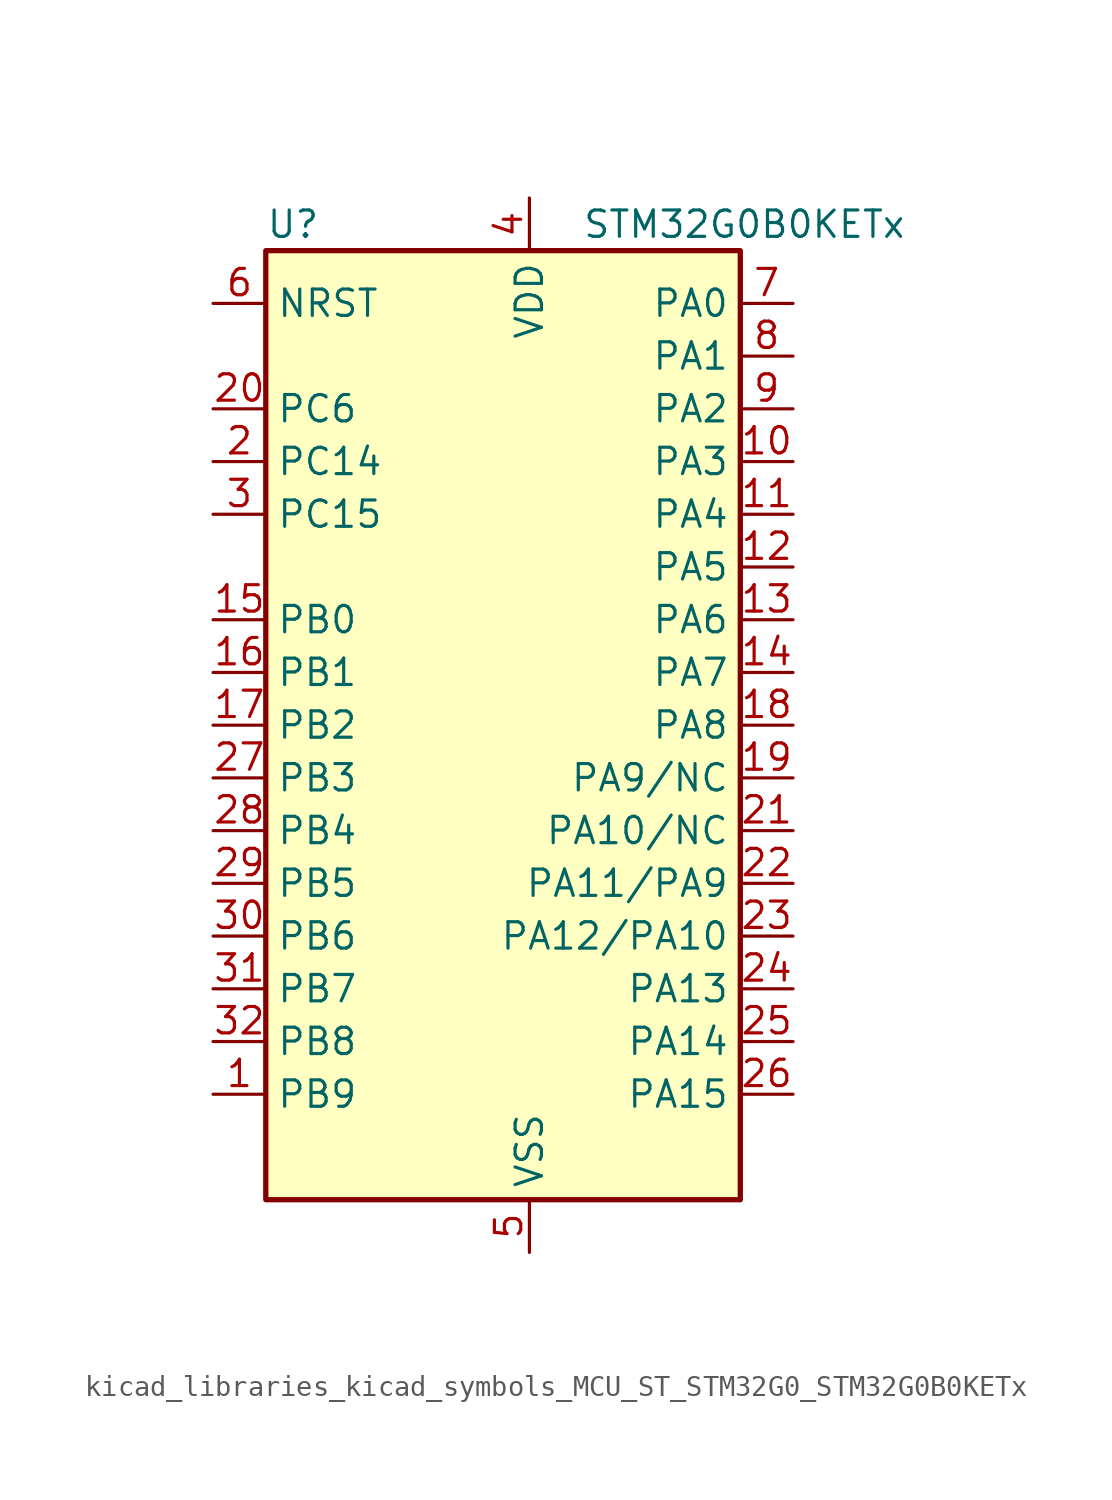
<source format=kicad_sym>
(kicad_symbol_lib
  (version 20220914)
  (generator kicad_symbol_editor)
  (symbol "kicad_libraries_kicad_symbols_MCU_ST_STM32G0_STM32G0B0KETx"
    (property "Reference" "U"
      (at -10.16 24.13 0)
      (effects (font (size 1.27 1.27)) (justify left)))
    (property "Value" "STM32G0B0KETx"
      (at 5.08 24.13 0)
      (effects (font (size 1.27 1.27)) (justify left)))
    (property "ki_locked" ""
      (at 0 0 0)
      (effects (font (size 1.27 1.27))))
    (symbol "kicad_libraries_kicad_symbols_MCU_ST_STM32G0_STM32G0B0KETx_0_1"
      (rectangle (start -10.16 -22.86) (end 12.7 22.86) (stroke (width 0.254) (type default)) (fill (type background))))
    (symbol "kicad_libraries_kicad_symbols_MCU_ST_STM32G0_STM32G0B0KETx_1_1"
      (pin bidirectional line (at -12.7 -17.78 0) (length 2.54) (name "PB9" (effects (font (size 1.27 1.27)))) (number "1" (effects (font (size 1.27 1.27)))) (alternate "I2C1_SDA" bidirectional line) (alternate "I2S2_WS" bidirectional line) (alternate "IR_OUT" bidirectional line) (alternate "SPI2_NSS" bidirectional line) (alternate "TIM17_CH1" bidirectional line) (alternate "TIM4_CH4" bidirectional line) (alternate "USART3_RX" bidirectional line) (alternate "USART6_RX" bidirectional line))
      (pin bidirectional line (at 15.24 12.7 180) (length 2.54) (name "PA3" (effects (font (size 1.27 1.27)))) (number "10" (effects (font (size 1.27 1.27)))) (alternate "ADC1_IN3" bidirectional line) (alternate "I2S2_MCK" bidirectional line) (alternate "SPI2_MISO" bidirectional line) (alternate "TIM15_CH2" bidirectional line) (alternate "USART2_RX" bidirectional line))
      (pin bidirectional line (at 15.24 10.16 180) (length 2.54) (name "PA4" (effects (font (size 1.27 1.27)))) (number "11" (effects (font (size 1.27 1.27)))) (alternate "ADC1_IN4" bidirectional line) (alternate "I2S1_WS" bidirectional line) (alternate "I2S2_SD" bidirectional line) (alternate "RTC_OUT1" bidirectional line) (alternate "RTC_TAMP_IN1" bidirectional line) (alternate "RTC_TS" bidirectional line) (alternate "SPI1_NSS" bidirectional line) (alternate "SPI2_MOSI" bidirectional line) (alternate "SPI3_NSS" bidirectional line) (alternate "SYS_WKUP2" bidirectional line) (alternate "TIM14_CH1" bidirectional line) (alternate "USART6_TX" bidirectional line))
      (pin bidirectional line (at 15.24 7.62 180) (length 2.54) (name "PA5" (effects (font (size 1.27 1.27)))) (number "12" (effects (font (size 1.27 1.27)))) (alternate "ADC1_IN5" bidirectional line) (alternate "I2S1_CK" bidirectional line) (alternate "SPI1_SCK" bidirectional line) (alternate "USART3_TX" bidirectional line) (alternate "USART6_RX" bidirectional line))
      (pin bidirectional line (at 15.24 5.08 180) (length 2.54) (name "PA6" (effects (font (size 1.27 1.27)))) (number "13" (effects (font (size 1.27 1.27)))) (alternate "ADC1_IN6" bidirectional line) (alternate "I2C2_SDA" bidirectional line) (alternate "I2C3_SDA" bidirectional line) (alternate "I2S1_MCK" bidirectional line) (alternate "SPI1_MISO" bidirectional line) (alternate "TIM16_CH1" bidirectional line) (alternate "TIM1_BK" bidirectional line) (alternate "TIM3_CH1" bidirectional line) (alternate "USART3_CTS" bidirectional line) (alternate "USART3_NSS" bidirectional line) (alternate "USART6_CTS" bidirectional line) (alternate "USART6_NSS" bidirectional line))
      (pin bidirectional line (at 15.24 2.54 180) (length 2.54) (name "PA7" (effects (font (size 1.27 1.27)))) (number "14" (effects (font (size 1.27 1.27)))) (alternate "ADC1_IN7" bidirectional line) (alternate "I2C2_SCL" bidirectional line) (alternate "I2C3_SCL" bidirectional line) (alternate "I2S1_SD" bidirectional line) (alternate "SPI1_MOSI" bidirectional line) (alternate "TIM14_CH1" bidirectional line) (alternate "TIM17_CH1" bidirectional line) (alternate "TIM1_CH1N" bidirectional line) (alternate "TIM3_CH2" bidirectional line) (alternate "USART6_CK" bidirectional line) (alternate "USART6_DE" bidirectional line) (alternate "USART6_RTS" bidirectional line))
      (pin bidirectional line (at -12.7 5.08 0) (length 2.54) (name "PB0" (effects (font (size 1.27 1.27)))) (number "15" (effects (font (size 1.27 1.27)))) (alternate "ADC1_IN8" bidirectional line) (alternate "I2S1_WS" bidirectional line) (alternate "SPI1_NSS" bidirectional line) (alternate "TIM1_CH2N" bidirectional line) (alternate "TIM3_CH3" bidirectional line) (alternate "USART3_RX" bidirectional line) (alternate "USART5_TX" bidirectional line))
      (pin bidirectional line (at -12.7 2.54 0) (length 2.54) (name "PB1" (effects (font (size 1.27 1.27)))) (number "16" (effects (font (size 1.27 1.27)))) (alternate "ADC1_IN9" bidirectional line) (alternate "TIM14_CH1" bidirectional line) (alternate "TIM1_CH3N" bidirectional line) (alternate "TIM3_CH4" bidirectional line) (alternate "USART3_CK" bidirectional line) (alternate "USART3_DE" bidirectional line) (alternate "USART3_RTS" bidirectional line) (alternate "USART5_RX" bidirectional line))
      (pin bidirectional line (at -12.7 0 0) (length 2.54) (name "PB2" (effects (font (size 1.27 1.27)))) (number "17" (effects (font (size 1.27 1.27)))) (alternate "ADC1_IN10" bidirectional line) (alternate "I2S2_MCK" bidirectional line) (alternate "RCC_MCO_2" bidirectional line) (alternate "SPI2_MISO" bidirectional line) (alternate "USART3_TX" bidirectional line))
      (pin bidirectional line (at 15.24 0 180) (length 2.54) (name "PA8" (effects (font (size 1.27 1.27)))) (number "18" (effects (font (size 1.27 1.27)))) (alternate "CRS1_SYNC" bidirectional line) (alternate "I2C2_SMBA" bidirectional line) (alternate "I2S2_WS" bidirectional line) (alternate "RCC_MCO" bidirectional line) (alternate "SPI2_NSS" bidirectional line) (alternate "TIM1_CH1" bidirectional line))
      (pin bidirectional line (at 15.24 -2.54 180) (length 2.54) (name "PA9/NC" (effects (font (size 1.27 1.27)))) (number "19" (effects (font (size 1.27 1.27)))) (alternate "I2C1_SCL" bidirectional line) (alternate "I2C2_SCL" bidirectional line) (alternate "I2S2_MCK" bidirectional line) (alternate "RCC_MCO" bidirectional line) (alternate "SPI2_MISO" bidirectional line) (alternate "TIM15_BK" bidirectional line) (alternate "TIM1_CH2" bidirectional line) (alternate "USART1_TX" bidirectional line))
      (pin bidirectional line (at -12.7 12.7 0) (length 2.54) (name "PC14" (effects (font (size 1.27 1.27)))) (number "2" (effects (font (size 1.27 1.27)))) (alternate "RCC_OSC32_IN" bidirectional line) (alternate "RCC_OSC_IN" bidirectional line) (alternate "TIM1_BK2" bidirectional line))
      (pin bidirectional line (at -12.7 15.24 0) (length 2.54) (name "PC6" (effects (font (size 1.27 1.27)))) (number "20" (effects (font (size 1.27 1.27)))) (alternate "TIM3_CH1" bidirectional line))
      (pin bidirectional line (at 15.24 -5.08 180) (length 2.54) (name "PA10/NC" (effects (font (size 1.27 1.27)))) (number "21" (effects (font (size 1.27 1.27)))) (alternate "I2C1_SDA" bidirectional line) (alternate "I2C2_SDA" bidirectional line) (alternate "I2S2_SD" bidirectional line) (alternate "RCC_MCO_2" bidirectional line) (alternate "SPI2_MOSI" bidirectional line) (alternate "TIM17_BK" bidirectional line) (alternate "TIM1_CH3" bidirectional line) (alternate "USART1_RX" bidirectional line))
      (pin bidirectional line (at 15.24 -7.62 180) (length 2.54) (name "PA11/PA9" (effects (font (size 1.27 1.27)))) (number "22" (effects (font (size 1.27 1.27)))) (alternate "ADC1_EXTI11" bidirectional line) (alternate "I2C2_SCL" bidirectional line) (alternate "I2S1_MCK" bidirectional line) (alternate "SPI1_MISO" bidirectional line) (alternate "TIM1_BK2" bidirectional line) (alternate "TIM1_CH4" bidirectional line) (alternate "USART1_CTS" bidirectional line) (alternate "USART1_NSS" bidirectional line))
      (pin bidirectional line (at 15.24 -10.16 180) (length 2.54) (name "PA12/PA10" (effects (font (size 1.27 1.27)))) (number "23" (effects (font (size 1.27 1.27)))) (alternate "I2C2_SDA" bidirectional line) (alternate "I2S1_SD" bidirectional line) (alternate "I2S_CKIN" bidirectional line) (alternate "SPI1_MOSI" bidirectional line) (alternate "TIM1_ETR" bidirectional line) (alternate "USART1_CK" bidirectional line) (alternate "USART1_DE" bidirectional line) (alternate "USART1_RTS" bidirectional line))
      (pin bidirectional line (at 15.24 -12.7 180) (length 2.54) (name "PA13" (effects (font (size 1.27 1.27)))) (number "24" (effects (font (size 1.27 1.27)))) (alternate "IR_OUT" bidirectional line) (alternate "SYS_SWDIO" bidirectional line))
      (pin bidirectional line (at 15.24 -15.24 180) (length 2.54) (name "PA14" (effects (font (size 1.27 1.27)))) (number "25" (effects (font (size 1.27 1.27)))) (alternate "SYS_SWCLK" bidirectional line) (alternate "USART2_TX" bidirectional line))
      (pin bidirectional line (at 15.24 -17.78 180) (length 2.54) (name "PA15" (effects (font (size 1.27 1.27)))) (number "26" (effects (font (size 1.27 1.27)))) (alternate "I2C2_SMBA" bidirectional line) (alternate "I2S1_WS" bidirectional line) (alternate "RCC_MCO_2" bidirectional line) (alternate "SPI1_NSS" bidirectional line) (alternate "SPI3_NSS" bidirectional line) (alternate "USART2_RX" bidirectional line) (alternate "USART3_CK" bidirectional line) (alternate "USART3_DE" bidirectional line) (alternate "USART3_RTS" bidirectional line) (alternate "USART4_CK" bidirectional line) (alternate "USART4_DE" bidirectional line) (alternate "USART4_RTS" bidirectional line))
      (pin bidirectional line (at -12.7 -2.54 0) (length 2.54) (name "PB3" (effects (font (size 1.27 1.27)))) (number "27" (effects (font (size 1.27 1.27)))) (alternate "I2C2_SCL" bidirectional line) (alternate "I2C3_SCL" bidirectional line) (alternate "I2S1_CK" bidirectional line) (alternate "SPI1_SCK" bidirectional line) (alternate "SPI3_SCK" bidirectional line) (alternate "TIM1_CH2" bidirectional line) (alternate "USART1_CK" bidirectional line) (alternate "USART1_DE" bidirectional line) (alternate "USART1_RTS" bidirectional line) (alternate "USART5_TX" bidirectional line))
      (pin bidirectional line (at -12.7 -5.08 0) (length 2.54) (name "PB4" (effects (font (size 1.27 1.27)))) (number "28" (effects (font (size 1.27 1.27)))) (alternate "I2C2_SDA" bidirectional line) (alternate "I2C3_SDA" bidirectional line) (alternate "I2S1_MCK" bidirectional line) (alternate "SPI1_MISO" bidirectional line) (alternate "SPI3_MISO" bidirectional line) (alternate "TIM17_BK" bidirectional line) (alternate "TIM3_CH1" bidirectional line) (alternate "USART1_CTS" bidirectional line) (alternate "USART1_NSS" bidirectional line) (alternate "USART5_RX" bidirectional line))
      (pin bidirectional line (at -12.7 -7.62 0) (length 2.54) (name "PB5" (effects (font (size 1.27 1.27)))) (number "29" (effects (font (size 1.27 1.27)))) (alternate "I2C1_SMBA" bidirectional line) (alternate "I2S1_SD" bidirectional line) (alternate "SPI1_MOSI" bidirectional line) (alternate "SPI3_MOSI" bidirectional line) (alternate "SYS_WKUP6" bidirectional line) (alternate "TIM16_BK" bidirectional line) (alternate "TIM3_CH2" bidirectional line) (alternate "USART5_CK" bidirectional line) (alternate "USART5_DE" bidirectional line) (alternate "USART5_RTS" bidirectional line))
      (pin bidirectional line (at -12.7 10.16 0) (length 2.54) (name "PC15" (effects (font (size 1.27 1.27)))) (number "3" (effects (font (size 1.27 1.27)))) (alternate "RCC_OSC32_EN" bidirectional line) (alternate "RCC_OSC32_OUT" bidirectional line) (alternate "RCC_OSC_EN" bidirectional line) (alternate "TIM15_BK" bidirectional line))
      (pin bidirectional line (at -12.7 -10.16 0) (length 2.54) (name "PB6" (effects (font (size 1.27 1.27)))) (number "30" (effects (font (size 1.27 1.27)))) (alternate "I2C1_SCL" bidirectional line) (alternate "I2S2_MCK" bidirectional line) (alternate "SPI2_MISO" bidirectional line) (alternate "TIM16_CH1N" bidirectional line) (alternate "TIM1_CH3" bidirectional line) (alternate "TIM4_CH1" bidirectional line) (alternate "USART1_TX" bidirectional line) (alternate "USART5_CTS" bidirectional line) (alternate "USART5_NSS" bidirectional line))
      (pin bidirectional line (at -12.7 -12.7 0) (length 2.54) (name "PB7" (effects (font (size 1.27 1.27)))) (number "31" (effects (font (size 1.27 1.27)))) (alternate "I2C1_SDA" bidirectional line) (alternate "I2S2_SD" bidirectional line) (alternate "SPI2_MOSI" bidirectional line) (alternate "TIM17_CH1N" bidirectional line) (alternate "TIM4_CH2" bidirectional line) (alternate "USART1_RX" bidirectional line) (alternate "USART4_CTS" bidirectional line) (alternate "USART4_NSS" bidirectional line))
      (pin bidirectional line (at -12.7 -15.24 0) (length 2.54) (name "PB8" (effects (font (size 1.27 1.27)))) (number "32" (effects (font (size 1.27 1.27)))) (alternate "I2C1_SCL" bidirectional line) (alternate "I2S2_CK" bidirectional line) (alternate "SPI2_SCK" bidirectional line) (alternate "TIM15_BK" bidirectional line) (alternate "TIM16_CH1" bidirectional line) (alternate "TIM4_CH3" bidirectional line) (alternate "USART3_TX" bidirectional line) (alternate "USART6_TX" bidirectional line))
      (pin power_in line (at 2.54 25.4 270) (length 2.54) (name "VDD" (effects (font (size 1.27 1.27)))) (number "4" (effects (font (size 1.27 1.27)))))
      (pin power_in line (at 2.54 -25.4 90) (length 2.54) (name "VSS" (effects (font (size 1.27 1.27)))) (number "5" (effects (font (size 1.27 1.27)))))
      (pin input line (at -12.7 20.32 0) (length 2.54) (name "NRST" (effects (font (size 1.27 1.27)))) (number "6" (effects (font (size 1.27 1.27)))))
      (pin bidirectional line (at 15.24 20.32 180) (length 2.54) (name "PA0" (effects (font (size 1.27 1.27)))) (number "7" (effects (font (size 1.27 1.27)))) (alternate "ADC1_IN0" bidirectional line) (alternate "I2S2_CK" bidirectional line) (alternate "RTC_TAMP_IN2" bidirectional line) (alternate "SPI2_SCK" bidirectional line) (alternate "SYS_WKUP1" bidirectional line) (alternate "USART2_CTS" bidirectional line) (alternate "USART2_NSS" bidirectional line) (alternate "USART4_TX" bidirectional line))
      (pin bidirectional line (at 15.24 17.78 180) (length 2.54) (name "PA1" (effects (font (size 1.27 1.27)))) (number "8" (effects (font (size 1.27 1.27)))) (alternate "ADC1_IN1" bidirectional line) (alternate "I2C1_SMBA" bidirectional line) (alternate "I2S1_CK" bidirectional line) (alternate "SPI1_SCK" bidirectional line) (alternate "TIM15_CH1N" bidirectional line) (alternate "USART2_CK" bidirectional line) (alternate "USART2_DE" bidirectional line) (alternate "USART2_RTS" bidirectional line) (alternate "USART4_RX" bidirectional line))
      (pin bidirectional line (at 15.24 15.24 180) (length 2.54) (name "PA2" (effects (font (size 1.27 1.27)))) (number "9" (effects (font (size 1.27 1.27)))) (alternate "ADC1_IN2" bidirectional line) (alternate "I2S1_SD" bidirectional line) (alternate "RCC_LSCO" bidirectional line) (alternate "SPI1_MOSI" bidirectional line) (alternate "SYS_WKUP4" bidirectional line) (alternate "TIM15_CH1" bidirectional line) (alternate "USART2_TX" bidirectional line)))))
</source>
